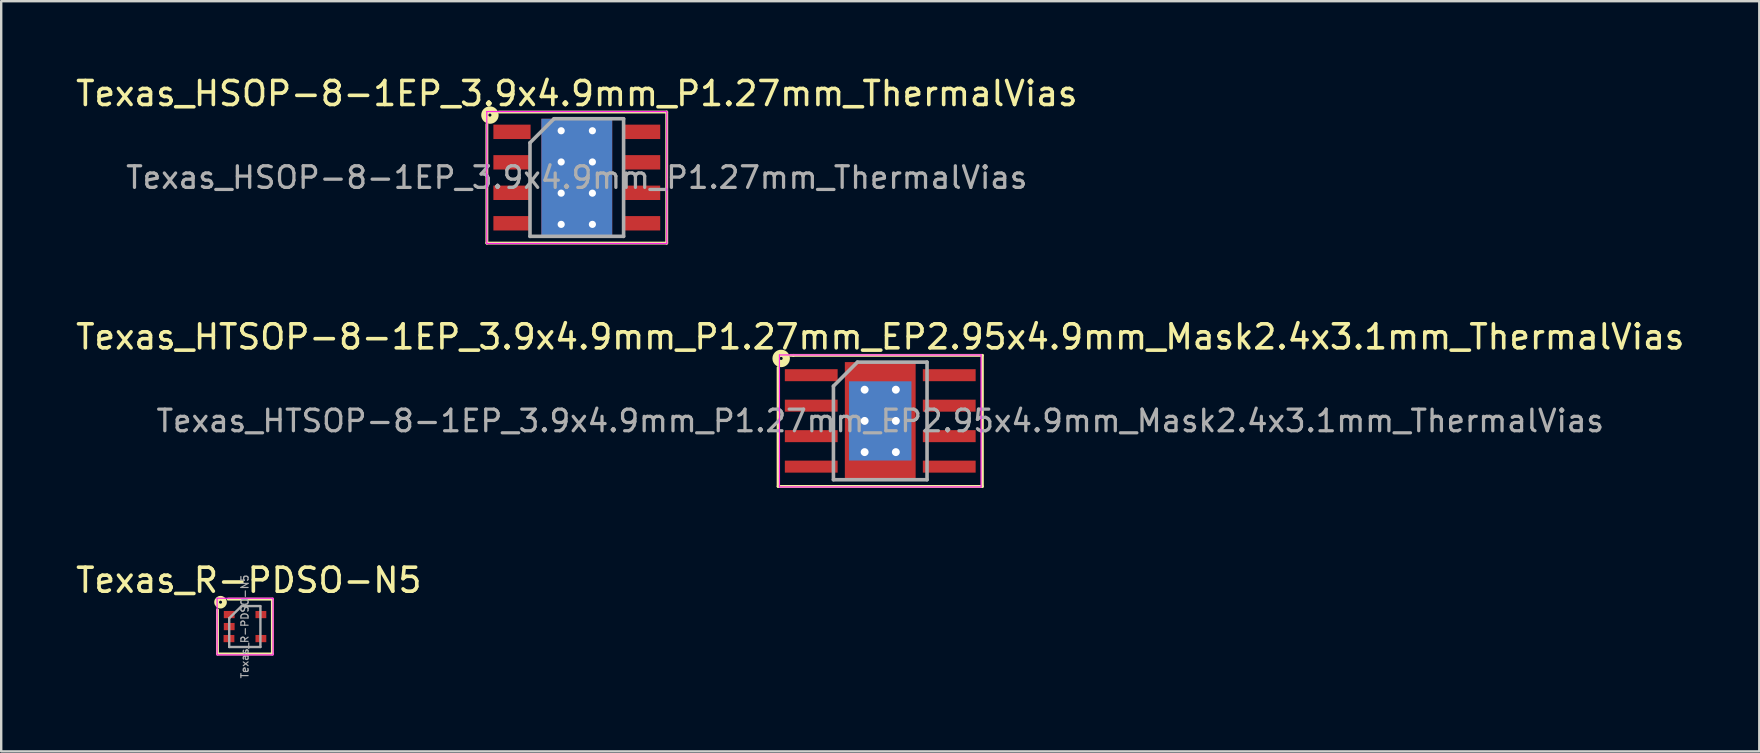
<source format=kicad_pcb>
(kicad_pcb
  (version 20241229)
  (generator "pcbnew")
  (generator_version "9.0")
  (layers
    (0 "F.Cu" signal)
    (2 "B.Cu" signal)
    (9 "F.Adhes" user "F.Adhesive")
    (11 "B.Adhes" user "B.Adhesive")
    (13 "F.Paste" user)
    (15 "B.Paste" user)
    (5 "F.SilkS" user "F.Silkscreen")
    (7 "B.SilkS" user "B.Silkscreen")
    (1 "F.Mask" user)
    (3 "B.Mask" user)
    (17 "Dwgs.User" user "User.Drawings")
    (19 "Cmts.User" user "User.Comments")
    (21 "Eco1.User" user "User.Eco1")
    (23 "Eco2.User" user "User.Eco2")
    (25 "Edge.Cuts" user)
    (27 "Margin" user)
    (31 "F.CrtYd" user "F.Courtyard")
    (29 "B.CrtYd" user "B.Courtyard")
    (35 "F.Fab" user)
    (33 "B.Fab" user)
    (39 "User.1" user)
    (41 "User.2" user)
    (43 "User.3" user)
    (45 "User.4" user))
  (footprint "Texas_HSOP-8-1EP_3.9x4.9mm_P1.27mm_ThermalVias"
    (layer "F.Cu")
    (at 20.982 4.348)
    (property "Reference" "Texas_HSOP-8-1EP_3.9x4.9mm_P1.27mm_ThermalVias" (at 0 -3.5 0) (layer "F.SilkS") (effects (font (size 1 1) (thickness 0.15))))
    (attr smd)
    (fp_line (start -3.747 -2.223) (end -3.747 2.731) (stroke (width 0.12) (type solid)) (layer "F.SilkS"))
    (fp_line (start -3.747 2.731) (end 3.747 2.731) (stroke (width 0.12) (type solid)) (layer "F.SilkS"))
    (fp_line (start 3.747 -2.731) (end -3.239 -2.731) (stroke (width 0.12) (type solid)) (layer "F.SilkS"))
    (fp_line (start 3.747 2.731) (end 3.747 -2.731) (stroke (width 0.12) (type solid)) (layer "F.SilkS"))
    (fp_circle (center -3.619 -2.603) (end -3.556 -2.603) (stroke (width 0.3) (type solid)) (fill no) (layer "F.SilkS"))
    (fp_line (start -3.75 -2.75) (end -3.75 2.75) (stroke (width 0.05) (type solid)) (layer "F.CrtYd"))
    (fp_line (start -3.75 -2.75) (end 3.75 -2.75) (stroke (width 0.05) (type solid)) (layer "F.CrtYd"))
    (fp_line (start -3.75 2.75) (end 3.75 2.75) (stroke (width 0.05) (type solid)) (layer "F.CrtYd"))
    (fp_line (start 3.75 -2.75) (end 3.75 2.75) (stroke (width 0.05) (type solid)) (layer "F.CrtYd"))
    (fp_line (start -1.95 -1.45) (end -0.95 -2.45) (stroke (width 0.15) (type solid)) (layer "F.Fab"))
    (fp_line (start -1.95 2.45) (end -1.95 -1.45) (stroke (width 0.15) (type solid)) (layer "F.Fab"))
    (fp_line (start -0.95 -2.45) (end 1.95 -2.45) (stroke (width 0.15) (type solid)) (layer "F.Fab"))
    (fp_line (start 1.95 -2.45) (end 1.95 2.45) (stroke (width 0.15) (type solid)) (layer "F.Fab"))
    (fp_line (start 1.95 2.45) (end -1.95 2.45) (stroke (width 0.15) (type solid)) (layer "F.Fab"))
    (fp_text user "${REFERENCE}" (at 0 0 0) (layer "F.Fab") (effects (font (size 0.9 0.9) (thickness 0.135))))
    (pad "" smd rect (at 0 0) (size 2.6 3.1) (layers "F.Mask"))
    (pad "" smd rect (at 0 0) (size 2.6 3.1) (layers "F.Paste"))
    (pad "1" smd rect (at -2.7 -1.905) (size 1.55 0.6) (layers "F.Cu" "F.Mask" "F.Paste"))
    (pad "2" smd rect (at -2.7 -0.635) (size 1.55 0.6) (layers "F.Cu" "F.Mask" "F.Paste"))
    (pad "3" smd rect (at -2.7 0.635) (size 1.55 0.6) (layers "F.Cu" "F.Mask" "F.Paste"))
    (pad "4" smd rect (at -2.7 1.905) (size 1.55 0.6) (layers "F.Cu" "F.Mask" "F.Paste"))
    (pad "5" smd rect (at 2.7 1.905) (size 1.55 0.6) (layers "F.Cu" "F.Mask" "F.Paste"))
    (pad "6" smd rect (at 2.7 0.635) (size 1.55 0.6) (layers "F.Cu" "F.Mask" "F.Paste"))
    (pad "7" smd rect (at 2.7 -0.635) (size 1.55 0.6) (layers "F.Cu" "F.Mask" "F.Paste"))
    (pad "8" smd rect (at 2.7 -1.905) (size 1.55 0.6) (layers "F.Cu" "F.Mask" "F.Paste"))
    (pad "9" thru_hole circle (at -0.65 -1.95) (size 0.6 0.6) (drill 0.3) (layers "*.Cu"))
    (pad "9" thru_hole circle (at -0.65 -0.65) (size 0.6 0.6) (drill 0.3) (layers "*.Cu"))
    (pad "9" thru_hole circle (at -0.65 0.65) (size 0.6 0.6) (drill 0.3) (layers "*.Cu"))
    (pad "9" thru_hole circle (at -0.65 1.95) (size 0.6 0.6) (drill 0.3) (layers "*.Cu"))
    (pad "9" smd rect (at 0 0) (size 2.95 4.9) (layers "F.Cu"))
    (pad "9" smd rect (at 0 0) (size 2.95 4.9) (layers "B.Cu" "B.Mask"))
    (pad "9" thru_hole circle (at 0.65 -1.95) (size 0.6 0.6) (drill 0.3) (layers "*.Cu"))
    (pad "9" thru_hole circle (at 0.65 -0.65) (size 0.6 0.6) (drill 0.3) (layers "*.Cu"))
    (pad "9" thru_hole circle (at 0.65 0.65) (size 0.6 0.6) (drill 0.3) (layers "*.Cu"))
    (pad "9" thru_hole circle (at 0.65 1.95) (size 0.6 0.6) (drill 0.3) (layers "*.Cu")))
  (footprint "Texas_HTSOP-8-1EP_3.9x4.9mm_P1.27mm_EP2.95x4.9mm_Mask2.4x3.1mm_ThermalVias"
    (layer "F.Cu")
    (at 33.625 14.487)
    (property "Reference" "Texas_HTSOP-8-1EP_3.9x4.9mm_P1.27mm_EP2.95x4.9mm_Mask2.4x3.1mm_ThermalVias" (at 0 -3.5 0) (layer "F.SilkS") (effects (font (size 1 1) (thickness 0.15))))
    (attr smd)
    (fp_line (start -4.255 -2.223) (end -4.255 2.731) (stroke (width 0.12) (type solid)) (layer "F.SilkS"))
    (fp_line (start -4.255 2.731) (end 4.255 2.731) (stroke (width 0.12) (type solid)) (layer "F.SilkS"))
    (fp_line (start -3.619 -2.731) (end -3.747 -2.731) (stroke (width 0.12) (type solid)) (layer "F.SilkS"))
    (fp_line (start 4.255 -2.731) (end -3.619 -2.731) (stroke (width 0.12) (type solid)) (layer "F.SilkS"))
    (fp_line (start 4.255 2.731) (end 4.255 -2.731) (stroke (width 0.12) (type solid)) (layer "F.SilkS"))
    (fp_circle (center -4.128 -2.603) (end -4.064 -2.603) (stroke (width 0.3) (type solid)) (fill no) (layer "F.SilkS"))
    (fp_line (start -4.2 -2.75) (end -4.2 2.75) (stroke (width 0.05) (type solid)) (layer "F.CrtYd"))
    (fp_line (start -4.2 -2.75) (end 4.2 -2.75) (stroke (width 0.05) (type solid)) (layer "F.CrtYd"))
    (fp_line (start -4.2 2.75) (end 4.2 2.75) (stroke (width 0.05) (type solid)) (layer "F.CrtYd"))
    (fp_line (start 4.2 -2.75) (end 4.2 2.75) (stroke (width 0.05) (type solid)) (layer "F.CrtYd"))
    (fp_line (start -1.95 -1.45) (end -0.95 -2.45) (stroke (width 0.15) (type solid)) (layer "F.Fab"))
    (fp_line (start -1.95 2.45) (end -1.95 -1.45) (stroke (width 0.15) (type solid)) (layer "F.Fab"))
    (fp_line (start -0.95 -2.45) (end 1.95 -2.45) (stroke (width 0.15) (type solid)) (layer "F.Fab"))
    (fp_line (start 1.95 -2.45) (end 1.95 2.45) (stroke (width 0.15) (type solid)) (layer "F.Fab"))
    (fp_line (start 1.95 2.45) (end -1.95 2.45) (stroke (width 0.15) (type solid)) (layer "F.Fab"))
    (fp_text user "${REFERENCE}" (at 0 0 0) (layer "F.Fab") (effects (font (size 0.9 0.9) (thickness 0.135))))
    (pad "" smd rect (at 0 0) (size 2.4 3.1) (layers "F.Mask"))
    (pad "" smd rect (at 0 0) (size 2.4 3.1) (layers "F.Paste"))
    (pad "1" smd rect (at -2.875 -1.905) (size 2.2 0.5) (layers "F.Cu" "F.Mask" "F.Paste"))
    (pad "2" smd rect (at -2.875 -0.635) (size 2.2 0.5) (layers "F.Cu" "F.Mask" "F.Paste"))
    (pad "3" smd rect (at -2.875 0.635) (size 2.2 0.5) (layers "F.Cu" "F.Mask" "F.Paste"))
    (pad "4" smd rect (at -2.875 1.905) (size 2.2 0.5) (layers "F.Cu" "F.Mask" "F.Paste"))
    (pad "5" smd rect (at 2.875 1.905) (size 2.2 0.5) (layers "F.Cu" "F.Mask" "F.Paste"))
    (pad "6" smd rect (at 2.875 0.635) (size 2.2 0.5) (layers "F.Cu" "F.Mask" "F.Paste"))
    (pad "7" smd rect (at 2.875 -0.635) (size 2.2 0.5) (layers "F.Cu" "F.Mask" "F.Paste"))
    (pad "8" smd rect (at 2.875 -1.905) (size 2.2 0.5) (layers "F.Cu" "F.Mask" "F.Paste"))
    (pad "9" thru_hole circle (at -0.65 -1.3) (size 0.63 0.63) (drill 0.33) (layers "*.Cu" "*.Mask"))
    (pad "9" thru_hole circle (at -0.65 0) (size 0.63 0.63) (drill 0.33) (layers "*.Cu" "*.Mask"))
    (pad "9" thru_hole circle (at -0.65 1.3) (size 0.63 0.63) (drill 0.33) (layers "*.Cu" "*.Mask"))
    (pad "9" smd rect (at 0 0) (size 2.6 3.3) (layers "B.Cu" "B.Mask"))
    (pad "9" smd rect (at 0 0) (size 2.95 4.9) (layers "F.Cu"))
    (pad "9" thru_hole circle (at 0.65 -1.3) (size 0.63 0.63) (drill 0.33) (layers "*.Cu" "*.Mask"))
    (pad "9" thru_hole circle (at 0.65 0) (size 0.63 0.63) (drill 0.33) (layers "*.Cu" "*.Mask"))
    (pad "9" thru_hole circle (at 0.65 1.3) (size 0.63 0.63) (drill 0.33) (layers "*.Cu" "*.Mask")))
  (footprint "Texas_R-PDSO-N5"
    (layer "F.Cu")
    (at 7.155 23.056)
    (property "Reference" "Texas_R-PDSO-N5" (at 0.16 -1.93 0) (layer "F.SilkS") (effects (font (size 1 1) (thickness 0.15))))
    (attr smd)
    (fp_line (start -1.143 -0.699) (end -1.143 1.143) (stroke (width 0.12) (type solid)) (layer "F.SilkS"))
    (fp_line (start -1.143 1.143) (end 1.143 1.143) (stroke (width 0.12) (type solid)) (layer "F.SilkS"))
    (fp_line (start 1.143 -1.143) (end -0.699 -1.143) (stroke (width 0.12) (type solid)) (layer "F.SilkS"))
    (fp_line (start 1.143 1.143) (end 1.143 -1.143) (stroke (width 0.12) (type solid)) (layer "F.SilkS"))
    (fp_circle (center -1.016 -1.016) (end -0.953 -1.016) (stroke (width 0.2) (type solid)) (fill no) (layer "F.SilkS"))
    (fp_line (start -1.16 -1.18) (end -1.16 1.17) (stroke (width 0.05) (type solid)) (layer "F.CrtYd"))
    (fp_line (start -1.16 -1.18) (end 1.17 -1.18) (stroke (width 0.05) (type solid)) (layer "F.CrtYd"))
    (fp_line (start -1.16 1.18) (end 1.17 1.18) (stroke (width 0.05) (type solid)) (layer "F.CrtYd"))
    (fp_line (start 1.17 -1.18) (end 1.17 1.17) (stroke (width 0.05) (type solid)) (layer "F.CrtYd"))
    (fp_line (start -0.655 -0.35) (end -0.655 0.85) (stroke (width 0.1) (type solid)) (layer "F.Fab"))
    (fp_line (start -0.655 0.85) (end 0.645 0.85) (stroke (width 0.1) (type solid)) (layer "F.Fab"))
    (fp_line (start -0.135 -0.855) (end -0.655 -0.35) (stroke (width 0.1) (type solid)) (layer "F.Fab"))
    (fp_line (start -0.13 -0.855) (end 0.64 -0.855) (stroke (width 0.1) (type solid)) (layer "F.Fab"))
    (fp_line (start 0.645 0.85) (end 0.645 -0.85) (stroke (width 0.1) (type solid)) (layer "F.Fab"))
    (fp_text user "${REFERENCE}" (at -0.005 0 90) (layer "F.Fab") (effects (font (size 0.3 0.3) (thickness 0.05))))
    (pad "1" smd rect (at -0.655 -0.5 270) (size 0.3 0.45) (layers "F.Cu" "F.Mask" "F.Paste"))
    (pad "2" smd rect (at -0.655 0 270) (size 0.3 0.45) (layers "F.Cu" "F.Mask" "F.Paste"))
    (pad "3" smd rect (at -0.665 0.5 270) (size 0.3 0.45) (layers "F.Cu" "F.Mask" "F.Paste"))
    (pad "4" smd rect (at 0.665 0.5 270) (size 0.3 0.45) (layers "F.Cu" "F.Mask" "F.Paste"))
    (pad "5" smd rect (at 0.665 -0.5 270) (size 0.3 0.45) (layers "F.Cu" "F.Mask" "F.Paste")))
  (gr_rect
    (start -3 -3)
    (end 70.25 28.258)
    (stroke (width 0.1) (type default))
    (fill no)
    (layer "Edge.Cuts")))
</source>
